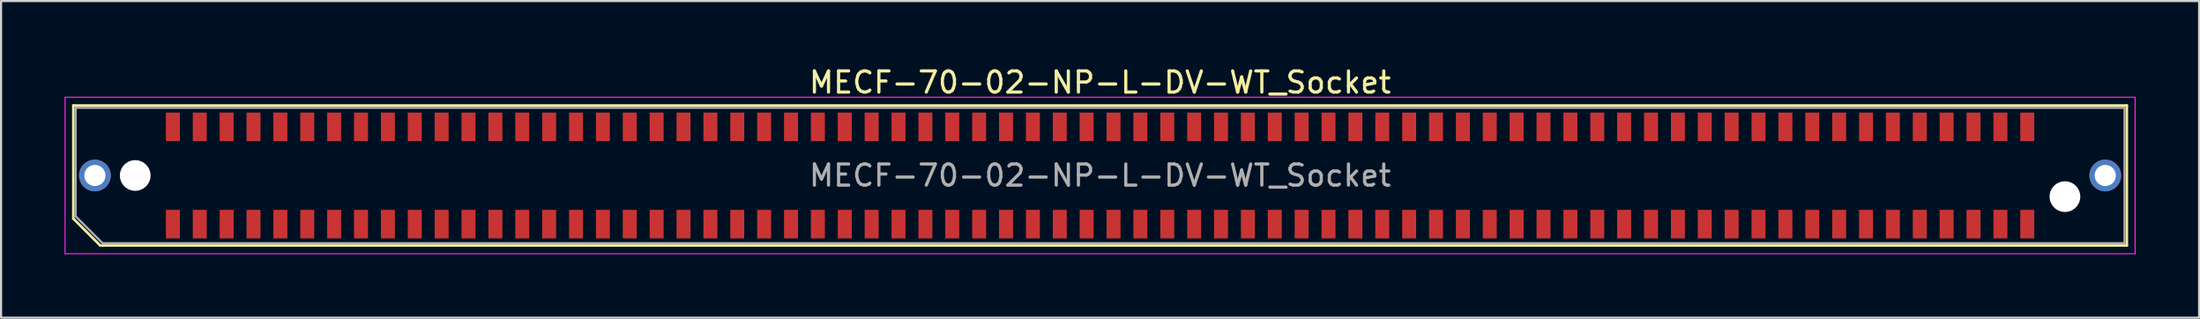
<source format=kicad_pcb>
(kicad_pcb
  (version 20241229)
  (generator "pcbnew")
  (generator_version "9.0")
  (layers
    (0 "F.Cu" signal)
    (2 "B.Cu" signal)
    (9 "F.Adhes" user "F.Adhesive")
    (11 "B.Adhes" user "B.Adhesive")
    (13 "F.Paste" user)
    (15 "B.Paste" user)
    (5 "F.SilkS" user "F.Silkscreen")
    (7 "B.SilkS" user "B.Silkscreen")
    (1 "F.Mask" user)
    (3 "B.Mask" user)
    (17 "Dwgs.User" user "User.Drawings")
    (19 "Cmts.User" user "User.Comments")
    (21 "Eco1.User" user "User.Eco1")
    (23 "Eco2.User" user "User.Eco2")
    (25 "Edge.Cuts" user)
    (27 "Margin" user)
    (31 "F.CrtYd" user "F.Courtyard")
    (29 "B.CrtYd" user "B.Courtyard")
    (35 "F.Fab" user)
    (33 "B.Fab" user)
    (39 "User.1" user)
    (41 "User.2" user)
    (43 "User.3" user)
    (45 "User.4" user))
  (footprint "MECF-70-02-NP-L-DV-WT_Socket"
    (layer "F.Cu")
    (at 48.935 5.248)
    (property "Reference" "MECF-70-02-NP-L-DV-WT_Socket" (at 0 -4.4 0) (layer "F.SilkS") (effects (font (size 1 1) (thickness 0.15))))
    (attr smd)
    (fp_line (start -48.52 -3.31) (end 48.52 -3.31) (stroke (width 0.12) (type solid)) (layer "F.SilkS"))
    (fp_line (start -48.52 2.04) (end -48.52 -3.31) (stroke (width 0.12) (type solid)) (layer "F.SilkS"))
    (fp_line (start -47.25 3.31) (end -48.52 2.04) (stroke (width 0.12) (type solid)) (layer "F.SilkS"))
    (fp_line (start -47.25 3.31) (end 48.52 3.31) (stroke (width 0.12) (type solid)) (layer "F.SilkS"))
    (fp_line (start 48.52 3.31) (end 48.52 -3.31) (stroke (width 0.12) (type solid)) (layer "F.SilkS"))
    (fp_line (start -48.91 -3.7) (end -48.91 3.7) (stroke (width 0.05) (type solid)) (layer "F.CrtYd"))
    (fp_line (start -48.91 3.7) (end 48.91 3.7) (stroke (width 0.05) (type solid)) (layer "F.CrtYd"))
    (fp_line (start 48.91 -3.7) (end -48.91 -3.7) (stroke (width 0.05) (type solid)) (layer "F.CrtYd"))
    (fp_line (start 48.91 3.7) (end 48.91 -3.7) (stroke (width 0.05) (type solid)) (layer "F.CrtYd"))
    (fp_line (start -48.41 -3.2) (end 48.41 -3.2) (stroke (width 0.1) (type solid)) (layer "F.Fab"))
    (fp_line (start -48.41 1.93) (end -48.41 -3.2) (stroke (width 0.1) (type solid)) (layer "F.Fab"))
    (fp_line (start -48.41 1.93) (end -47.14 3.2) (stroke (width 0.1) (type solid)) (layer "F.Fab"))
    (fp_line (start -47.14 3.2) (end 48.41 3.2) (stroke (width 0.1) (type solid)) (layer "F.Fab"))
    (fp_line (start 48.41 3.2) (end 48.41 -3.2) (stroke (width 0.1) (type solid)) (layer "F.Fab"))
    (fp_text user "${REFERENCE}" (at 0 0 0) (layer "F.Fab") (effects (font (size 1 1) (thickness 0.15))))
    (pad "" thru_hole circle (at -47.5 0) (size 1.5 1.5) (drill 1) (layers "*.Cu" "*.Mask"))
    (pad "" np_thru_hole circle (at -45.595 0) (size 1.45 1.45) (drill 1.45) (layers "*.Cu" "*.Mask"))
    (pad "" np_thru_hole circle (at 45.595 1) (size 1.45 1.45) (drill 1.45) (layers "*.Cu" "*.Mask"))
    (pad "" thru_hole circle (at 47.5 0) (size 1.5 1.5) (drill 1) (layers "*.Cu" "*.Mask"))
    (pad "1" smd rect (at -43.815 2.3) (size 0.66 1.35) (layers "F.Cu" "F.Mask" "F.Paste"))
    (pad "2" smd rect (at -43.815 -2.3) (size 0.66 1.35) (layers "F.Cu" "F.Mask" "F.Paste"))
    (pad "3" smd rect (at -42.545 2.3) (size 0.66 1.35) (layers "F.Cu" "F.Mask" "F.Paste"))
    (pad "4" smd rect (at -42.545 -2.3) (size 0.66 1.35) (layers "F.Cu" "F.Mask" "F.Paste"))
    (pad "5" smd rect (at -41.275 2.3) (size 0.66 1.35) (layers "F.Cu" "F.Mask" "F.Paste"))
    (pad "6" smd rect (at -41.275 -2.3) (size 0.66 1.35) (layers "F.Cu" "F.Mask" "F.Paste"))
    (pad "7" smd rect (at -40.005 2.3) (size 0.66 1.35) (layers "F.Cu" "F.Mask" "F.Paste"))
    (pad "8" smd rect (at -40.005 -2.3) (size 0.66 1.35) (layers "F.Cu" "F.Mask" "F.Paste"))
    (pad "9" smd rect (at -38.735 2.3) (size 0.66 1.35) (layers "F.Cu" "F.Mask" "F.Paste"))
    (pad "10" smd rect (at -38.735 -2.3) (size 0.66 1.35) (layers "F.Cu" "F.Mask" "F.Paste"))
    (pad "11" smd rect (at -37.465 2.3) (size 0.66 1.35) (layers "F.Cu" "F.Mask" "F.Paste"))
    (pad "12" smd rect (at -37.465 -2.3) (size 0.66 1.35) (layers "F.Cu" "F.Mask" "F.Paste"))
    (pad "13" smd rect (at -36.195 2.3) (size 0.66 1.35) (layers "F.Cu" "F.Mask" "F.Paste"))
    (pad "14" smd rect (at -36.195 -2.3) (size 0.66 1.35) (layers "F.Cu" "F.Mask" "F.Paste"))
    (pad "15" smd rect (at -34.925 2.3) (size 0.66 1.35) (layers "F.Cu" "F.Mask" "F.Paste"))
    (pad "16" smd rect (at -34.925 -2.3) (size 0.66 1.35) (layers "F.Cu" "F.Mask" "F.Paste"))
    (pad "17" smd rect (at -33.655 2.3) (size 0.66 1.35) (layers "F.Cu" "F.Mask" "F.Paste"))
    (pad "18" smd rect (at -33.655 -2.3) (size 0.66 1.35) (layers "F.Cu" "F.Mask" "F.Paste"))
    (pad "19" smd rect (at -32.385 2.3) (size 0.66 1.35) (layers "F.Cu" "F.Mask" "F.Paste"))
    (pad "20" smd rect (at -32.385 -2.3) (size 0.66 1.35) (layers "F.Cu" "F.Mask" "F.Paste"))
    (pad "21" smd rect (at -31.115 2.3) (size 0.66 1.35) (layers "F.Cu" "F.Mask" "F.Paste"))
    (pad "22" smd rect (at -31.115 -2.3) (size 0.66 1.35) (layers "F.Cu" "F.Mask" "F.Paste"))
    (pad "23" smd rect (at -29.845 2.3) (size 0.66 1.35) (layers "F.Cu" "F.Mask" "F.Paste"))
    (pad "24" smd rect (at -29.845 -2.3) (size 0.66 1.35) (layers "F.Cu" "F.Mask" "F.Paste"))
    (pad "25" smd rect (at -28.575 2.3) (size 0.66 1.35) (layers "F.Cu" "F.Mask" "F.Paste"))
    (pad "26" smd rect (at -28.575 -2.3) (size 0.66 1.35) (layers "F.Cu" "F.Mask" "F.Paste"))
    (pad "27" smd rect (at -27.305 2.3) (size 0.66 1.35) (layers "F.Cu" "F.Mask" "F.Paste"))
    (pad "28" smd rect (at -27.305 -2.3) (size 0.66 1.35) (layers "F.Cu" "F.Mask" "F.Paste"))
    (pad "29" smd rect (at -26.035 2.3) (size 0.66 1.35) (layers "F.Cu" "F.Mask" "F.Paste"))
    (pad "30" smd rect (at -26.035 -2.3) (size 0.66 1.35) (layers "F.Cu" "F.Mask" "F.Paste"))
    (pad "31" smd rect (at -24.765 2.3) (size 0.66 1.35) (layers "F.Cu" "F.Mask" "F.Paste"))
    (pad "32" smd rect (at -24.765 -2.3) (size 0.66 1.35) (layers "F.Cu" "F.Mask" "F.Paste"))
    (pad "33" smd rect (at -23.495 2.3) (size 0.66 1.35) (layers "F.Cu" "F.Mask" "F.Paste"))
    (pad "34" smd rect (at -23.495 -2.3) (size 0.66 1.35) (layers "F.Cu" "F.Mask" "F.Paste"))
    (pad "35" smd rect (at -22.225 2.3) (size 0.66 1.35) (layers "F.Cu" "F.Mask" "F.Paste"))
    (pad "36" smd rect (at -22.225 -2.3) (size 0.66 1.35) (layers "F.Cu" "F.Mask" "F.Paste"))
    (pad "37" smd rect (at -20.955 2.3) (size 0.66 1.35) (layers "F.Cu" "F.Mask" "F.Paste"))
    (pad "38" smd rect (at -20.955 -2.3) (size 0.66 1.35) (layers "F.Cu" "F.Mask" "F.Paste"))
    (pad "39" smd rect (at -19.685 2.3) (size 0.66 1.35) (layers "F.Cu" "F.Mask" "F.Paste"))
    (pad "40" smd rect (at -19.685 -2.3) (size 0.66 1.35) (layers "F.Cu" "F.Mask" "F.Paste"))
    (pad "41" smd rect (at -18.415 2.3) (size 0.66 1.35) (layers "F.Cu" "F.Mask" "F.Paste"))
    (pad "42" smd rect (at -18.415 -2.3) (size 0.66 1.35) (layers "F.Cu" "F.Mask" "F.Paste"))
    (pad "43" smd rect (at -17.145 2.3) (size 0.66 1.35) (layers "F.Cu" "F.Mask" "F.Paste"))
    (pad "44" smd rect (at -17.145 -2.3) (size 0.66 1.35) (layers "F.Cu" "F.Mask" "F.Paste"))
    (pad "45" smd rect (at -15.875 2.3) (size 0.66 1.35) (layers "F.Cu" "F.Mask" "F.Paste"))
    (pad "46" smd rect (at -15.875 -2.3) (size 0.66 1.35) (layers "F.Cu" "F.Mask" "F.Paste"))
    (pad "47" smd rect (at -14.605 2.3) (size 0.66 1.35) (layers "F.Cu" "F.Mask" "F.Paste"))
    (pad "48" smd rect (at -14.605 -2.3) (size 0.66 1.35) (layers "F.Cu" "F.Mask" "F.Paste"))
    (pad "49" smd rect (at -13.335 2.3) (size 0.66 1.35) (layers "F.Cu" "F.Mask" "F.Paste"))
    (pad "50" smd rect (at -13.335 -2.3) (size 0.66 1.35) (layers "F.Cu" "F.Mask" "F.Paste"))
    (pad "51" smd rect (at -12.065 2.3) (size 0.66 1.35) (layers "F.Cu" "F.Mask" "F.Paste"))
    (pad "52" smd rect (at -12.065 -2.3) (size 0.66 1.35) (layers "F.Cu" "F.Mask" "F.Paste"))
    (pad "53" smd rect (at -10.795 2.3) (size 0.66 1.35) (layers "F.Cu" "F.Mask" "F.Paste"))
    (pad "54" smd rect (at -10.795 -2.3) (size 0.66 1.35) (layers "F.Cu" "F.Mask" "F.Paste"))
    (pad "55" smd rect (at -9.525 2.3) (size 0.66 1.35) (layers "F.Cu" "F.Mask" "F.Paste"))
    (pad "56" smd rect (at -9.525 -2.3) (size 0.66 1.35) (layers "F.Cu" "F.Mask" "F.Paste"))
    (pad "57" smd rect (at -8.255 2.3) (size 0.66 1.35) (layers "F.Cu" "F.Mask" "F.Paste"))
    (pad "58" smd rect (at -8.255 -2.3) (size 0.66 1.35) (layers "F.Cu" "F.Mask" "F.Paste"))
    (pad "59" smd rect (at -6.985 2.3) (size 0.66 1.35) (layers "F.Cu" "F.Mask" "F.Paste"))
    (pad "60" smd rect (at -6.985 -2.3) (size 0.66 1.35) (layers "F.Cu" "F.Mask" "F.Paste"))
    (pad "61" smd rect (at -5.715 2.3) (size 0.66 1.35) (layers "F.Cu" "F.Mask" "F.Paste"))
    (pad "62" smd rect (at -5.715 -2.3) (size 0.66 1.35) (layers "F.Cu" "F.Mask" "F.Paste"))
    (pad "63" smd rect (at -4.445 2.3) (size 0.66 1.35) (layers "F.Cu" "F.Mask" "F.Paste"))
    (pad "64" smd rect (at -4.445 -2.3) (size 0.66 1.35) (layers "F.Cu" "F.Mask" "F.Paste"))
    (pad "65" smd rect (at -3.175 2.3) (size 0.66 1.35) (layers "F.Cu" "F.Mask" "F.Paste"))
    (pad "66" smd rect (at -3.175 -2.3) (size 0.66 1.35) (layers "F.Cu" "F.Mask" "F.Paste"))
    (pad "67" smd rect (at -1.905 2.3) (size 0.66 1.35) (layers "F.Cu" "F.Mask" "F.Paste"))
    (pad "68" smd rect (at -1.905 -2.3) (size 0.66 1.35) (layers "F.Cu" "F.Mask" "F.Paste"))
    (pad "69" smd rect (at -0.635 2.3) (size 0.66 1.35) (layers "F.Cu" "F.Mask" "F.Paste"))
    (pad "70" smd rect (at -0.635 -2.3) (size 0.66 1.35) (layers "F.Cu" "F.Mask" "F.Paste"))
    (pad "71" smd rect (at 0.635 2.3) (size 0.66 1.35) (layers "F.Cu" "F.Mask" "F.Paste"))
    (pad "72" smd rect (at 0.635 -2.3) (size 0.66 1.35) (layers "F.Cu" "F.Mask" "F.Paste"))
    (pad "73" smd rect (at 1.905 2.3) (size 0.66 1.35) (layers "F.Cu" "F.Mask" "F.Paste"))
    (pad "74" smd rect (at 1.905 -2.3) (size 0.66 1.35) (layers "F.Cu" "F.Mask" "F.Paste"))
    (pad "75" smd rect (at 3.175 2.3) (size 0.66 1.35) (layers "F.Cu" "F.Mask" "F.Paste"))
    (pad "76" smd rect (at 3.175 -2.3) (size 0.66 1.35) (layers "F.Cu" "F.Mask" "F.Paste"))
    (pad "77" smd rect (at 4.445 2.3) (size 0.66 1.35) (layers "F.Cu" "F.Mask" "F.Paste"))
    (pad "78" smd rect (at 4.445 -2.3) (size 0.66 1.35) (layers "F.Cu" "F.Mask" "F.Paste"))
    (pad "79" smd rect (at 5.715 2.3) (size 0.66 1.35) (layers "F.Cu" "F.Mask" "F.Paste"))
    (pad "80" smd rect (at 5.715 -2.3) (size 0.66 1.35) (layers "F.Cu" "F.Mask" "F.Paste"))
    (pad "81" smd rect (at 6.985 2.3) (size 0.66 1.35) (layers "F.Cu" "F.Mask" "F.Paste"))
    (pad "82" smd rect (at 6.985 -2.3) (size 0.66 1.35) (layers "F.Cu" "F.Mask" "F.Paste"))
    (pad "83" smd rect (at 8.255 2.3) (size 0.66 1.35) (layers "F.Cu" "F.Mask" "F.Paste"))
    (pad "84" smd rect (at 8.255 -2.3) (size 0.66 1.35) (layers "F.Cu" "F.Mask" "F.Paste"))
    (pad "85" smd rect (at 9.525 2.3) (size 0.66 1.35) (layers "F.Cu" "F.Mask" "F.Paste"))
    (pad "86" smd rect (at 9.525 -2.3) (size 0.66 1.35) (layers "F.Cu" "F.Mask" "F.Paste"))
    (pad "87" smd rect (at 10.795 2.3) (size 0.66 1.35) (layers "F.Cu" "F.Mask" "F.Paste"))
    (pad "88" smd rect (at 10.795 -2.3) (size 0.66 1.35) (layers "F.Cu" "F.Mask" "F.Paste"))
    (pad "89" smd rect (at 12.065 2.3) (size 0.66 1.35) (layers "F.Cu" "F.Mask" "F.Paste"))
    (pad "90" smd rect (at 12.065 -2.3) (size 0.66 1.35) (layers "F.Cu" "F.Mask" "F.Paste"))
    (pad "91" smd rect (at 13.335 2.3) (size 0.66 1.35) (layers "F.Cu" "F.Mask" "F.Paste"))
    (pad "92" smd rect (at 13.335 -2.3) (size 0.66 1.35) (layers "F.Cu" "F.Mask" "F.Paste"))
    (pad "93" smd rect (at 14.605 2.3) (size 0.66 1.35) (layers "F.Cu" "F.Mask" "F.Paste"))
    (pad "94" smd rect (at 14.605 -2.3) (size 0.66 1.35) (layers "F.Cu" "F.Mask" "F.Paste"))
    (pad "95" smd rect (at 15.875 2.3) (size 0.66 1.35) (layers "F.Cu" "F.Mask" "F.Paste"))
    (pad "96" smd rect (at 15.875 -2.3) (size 0.66 1.35) (layers "F.Cu" "F.Mask" "F.Paste"))
    (pad "97" smd rect (at 17.145 2.3) (size 0.66 1.35) (layers "F.Cu" "F.Mask" "F.Paste"))
    (pad "98" smd rect (at 17.145 -2.3) (size 0.66 1.35) (layers "F.Cu" "F.Mask" "F.Paste"))
    (pad "99" smd rect (at 18.415 2.3) (size 0.66 1.35) (layers "F.Cu" "F.Mask" "F.Paste"))
    (pad "100" smd rect (at 18.415 -2.3) (size 0.66 1.35) (layers "F.Cu" "F.Mask" "F.Paste"))
    (pad "101" smd rect (at 19.685 2.3) (size 0.66 1.35) (layers "F.Cu" "F.Mask" "F.Paste"))
    (pad "102" smd rect (at 19.685 -2.3) (size 0.66 1.35) (layers "F.Cu" "F.Mask" "F.Paste"))
    (pad "103" smd rect (at 20.955 2.3) (size 0.66 1.35) (layers "F.Cu" "F.Mask" "F.Paste"))
    (pad "104" smd rect (at 20.955 -2.3) (size 0.66 1.35) (layers "F.Cu" "F.Mask" "F.Paste"))
    (pad "105" smd rect (at 22.225 2.3) (size 0.66 1.35) (layers "F.Cu" "F.Mask" "F.Paste"))
    (pad "106" smd rect (at 22.225 -2.3) (size 0.66 1.35) (layers "F.Cu" "F.Mask" "F.Paste"))
    (pad "107" smd rect (at 23.495 2.3) (size 0.66 1.35) (layers "F.Cu" "F.Mask" "F.Paste"))
    (pad "108" smd rect (at 23.495 -2.3) (size 0.66 1.35) (layers "F.Cu" "F.Mask" "F.Paste"))
    (pad "109" smd rect (at 24.765 2.3) (size 0.66 1.35) (layers "F.Cu" "F.Mask" "F.Paste"))
    (pad "110" smd rect (at 24.765 -2.3) (size 0.66 1.35) (layers "F.Cu" "F.Mask" "F.Paste"))
    (pad "111" smd rect (at 26.035 2.3) (size 0.66 1.35) (layers "F.Cu" "F.Mask" "F.Paste"))
    (pad "112" smd rect (at 26.035 -2.3) (size 0.66 1.35) (layers "F.Cu" "F.Mask" "F.Paste"))
    (pad "113" smd rect (at 27.305 2.3) (size 0.66 1.35) (layers "F.Cu" "F.Mask" "F.Paste"))
    (pad "114" smd rect (at 27.305 -2.3) (size 0.66 1.35) (layers "F.Cu" "F.Mask" "F.Paste"))
    (pad "115" smd rect (at 28.575 2.3) (size 0.66 1.35) (layers "F.Cu" "F.Mask" "F.Paste"))
    (pad "116" smd rect (at 28.575 -2.3) (size 0.66 1.35) (layers "F.Cu" "F.Mask" "F.Paste"))
    (pad "117" smd rect (at 29.845 2.3) (size 0.66 1.35) (layers "F.Cu" "F.Mask" "F.Paste"))
    (pad "118" smd rect (at 29.845 -2.3) (size 0.66 1.35) (layers "F.Cu" "F.Mask" "F.Paste"))
    (pad "119" smd rect (at 31.115 2.3) (size 0.66 1.35) (layers "F.Cu" "F.Mask" "F.Paste"))
    (pad "120" smd rect (at 31.115 -2.3) (size 0.66 1.35) (layers "F.Cu" "F.Mask" "F.Paste"))
    (pad "121" smd rect (at 32.385 2.3) (size 0.66 1.35) (layers "F.Cu" "F.Mask" "F.Paste"))
    (pad "122" smd rect (at 32.385 -2.3) (size 0.66 1.35) (layers "F.Cu" "F.Mask" "F.Paste"))
    (pad "123" smd rect (at 33.655 2.3) (size 0.66 1.35) (layers "F.Cu" "F.Mask" "F.Paste"))
    (pad "124" smd rect (at 33.655 -2.3) (size 0.66 1.35) (layers "F.Cu" "F.Mask" "F.Paste"))
    (pad "125" smd rect (at 34.925 2.3) (size 0.66 1.35) (layers "F.Cu" "F.Mask" "F.Paste"))
    (pad "126" smd rect (at 34.925 -2.3) (size 0.66 1.35) (layers "F.Cu" "F.Mask" "F.Paste"))
    (pad "127" smd rect (at 36.195 2.3) (size 0.66 1.35) (layers "F.Cu" "F.Mask" "F.Paste"))
    (pad "128" smd rect (at 36.195 -2.3) (size 0.66 1.35) (layers "F.Cu" "F.Mask" "F.Paste"))
    (pad "129" smd rect (at 37.465 2.3) (size 0.66 1.35) (layers "F.Cu" "F.Mask" "F.Paste"))
    (pad "130" smd rect (at 37.465 -2.3) (size 0.66 1.35) (layers "F.Cu" "F.Mask" "F.Paste"))
    (pad "131" smd rect (at 38.735 2.3) (size 0.66 1.35) (layers "F.Cu" "F.Mask" "F.Paste"))
    (pad "132" smd rect (at 38.735 -2.3) (size 0.66 1.35) (layers "F.Cu" "F.Mask" "F.Paste"))
    (pad "133" smd rect (at 40.005 2.3) (size 0.66 1.35) (layers "F.Cu" "F.Mask" "F.Paste"))
    (pad "134" smd rect (at 40.005 -2.3) (size 0.66 1.35) (layers "F.Cu" "F.Mask" "F.Paste"))
    (pad "135" smd rect (at 41.275 2.3) (size 0.66 1.35) (layers "F.Cu" "F.Mask" "F.Paste"))
    (pad "136" smd rect (at 41.275 -2.3) (size 0.66 1.35) (layers "F.Cu" "F.Mask" "F.Paste"))
    (pad "137" smd rect (at 42.545 2.3) (size 0.66 1.35) (layers "F.Cu" "F.Mask" "F.Paste"))
    (pad "138" smd rect (at 42.545 -2.3) (size 0.66 1.35) (layers "F.Cu" "F.Mask" "F.Paste"))
    (pad "139" smd rect (at 43.815 2.3) (size 0.66 1.35) (layers "F.Cu" "F.Mask" "F.Paste"))
    (pad "140" smd rect (at 43.815 -2.3) (size 0.66 1.35) (layers "F.Cu" "F.Mask" "F.Paste")))
  (gr_rect
    (start -3 -3)
    (end 100.87 11.973)
    (stroke (width 0.1) (type default))
    (fill no)
    (layer "Edge.Cuts")))
</source>
